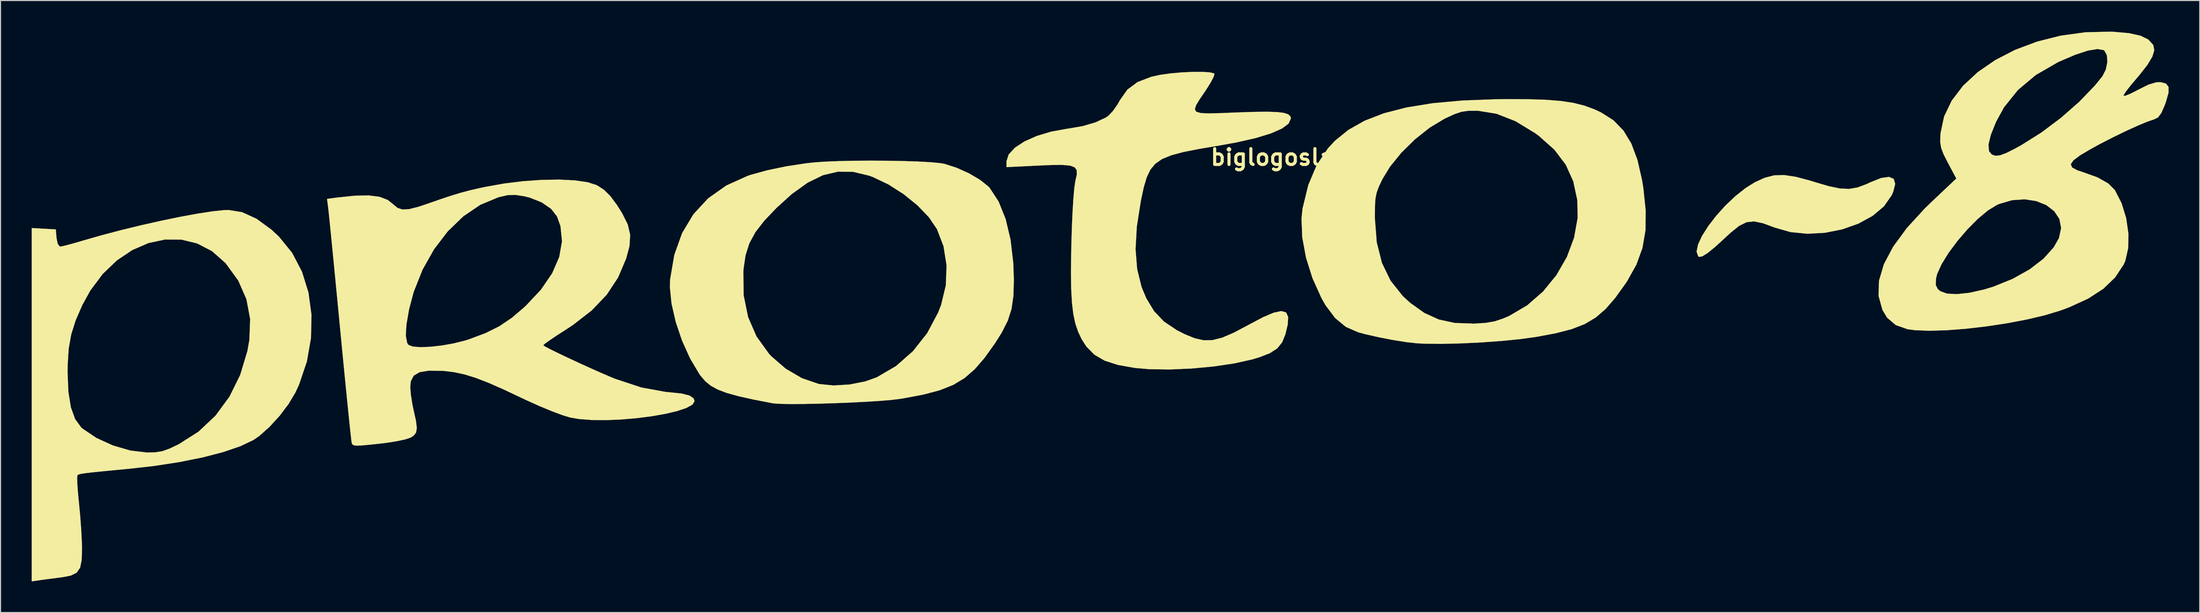
<source format=kicad_pcb>
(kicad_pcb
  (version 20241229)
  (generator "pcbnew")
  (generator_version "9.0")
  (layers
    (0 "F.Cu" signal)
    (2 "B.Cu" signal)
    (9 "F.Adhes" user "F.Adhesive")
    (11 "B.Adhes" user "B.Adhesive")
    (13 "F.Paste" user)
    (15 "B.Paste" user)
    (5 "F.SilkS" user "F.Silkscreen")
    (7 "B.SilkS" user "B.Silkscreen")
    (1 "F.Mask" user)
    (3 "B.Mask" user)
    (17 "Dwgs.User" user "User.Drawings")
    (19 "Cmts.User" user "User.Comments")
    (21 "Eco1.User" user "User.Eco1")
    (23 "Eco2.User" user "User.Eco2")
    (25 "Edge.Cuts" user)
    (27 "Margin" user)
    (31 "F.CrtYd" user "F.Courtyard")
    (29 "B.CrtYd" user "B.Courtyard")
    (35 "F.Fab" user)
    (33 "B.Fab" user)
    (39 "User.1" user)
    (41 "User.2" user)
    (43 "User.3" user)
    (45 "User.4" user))
  (footprint "biglogoslant"
    (layer "F.Cu")
    (at 120.6 12.12)
    (property "Reference" "biglogoslant" (at 0 0 0) (layer "F.SilkS") (effects (font (size 1.524 1.524) (thickness 0.3))))
    (attr through_hole)
    (fp_poly (pts (xy 49.284 1.882) (xy 50.673 2.253) (xy 51.123 2.393) (xy 52.477 2.791) (xy 53.54 3.01) (xy 54.422 3.049) (xy 55.236 2.908) (xy 56.092 2.589) (xy 56.466 2.413) (xy 57.506 1.997) (xy 58.262 1.89) (xy 58.717 2.083) (xy 58.858 2.566) (xy 58.669 3.33) (xy 58.519 3.668) (xy 57.77 4.736) (xy 56.678 5.653) (xy 55.318 6.397) (xy 53.769 6.946) (xy 52.109 7.279) (xy 50.415 7.375) (xy 48.764 7.212) (xy 47.249 6.775) (xy 46.131 6.362) (xy 45.268 6.182) (xy 44.538 6.26) (xy 43.823 6.618) (xy 43.001 7.282) (xy 42.551 7.698) (xy 41.54 8.625) (xy 40.79 9.238) (xy 40.273 9.557) (xy 39.959 9.604) (xy 39.896 9.563) (xy 39.732 9.106) (xy 39.867 8.427) (xy 40.255 7.585) (xy 40.854 6.638) (xy 41.619 5.644) (xy 42.505 4.66) (xy 43.469 3.745) (xy 44.467 2.956) (xy 45.339 2.412) (xy 46.287 1.977) (xy 47.193 1.743) (xy 48.158 1.712) (xy 49.284 1.882)) (stroke (width 0.01) (type solid)) (fill yes) (layer "F.SilkS"))
    (fp_poly (pts (xy 23.519 -5.6) (xy 25.244 -5.544) (xy 26.669 -5.43) (xy 27.865 -5.248) (xy 28.903 -4.989) (xy 29.853 -4.642) (xy 30.539 -4.324) (xy 31.722 -3.571) (xy 32.683 -2.587) (xy 33.447 -1.326) (xy 34.038 0.257) (xy 34.482 2.205) (xy 34.607 2.982) (xy 34.833 5.161) (xy 34.808 7.055) (xy 34.515 8.754) (xy 33.938 10.346) (xy 33.058 11.922) (xy 32.862 12.218) (xy 31.891 13.568) (xy 30.973 14.628) (xy 30.026 15.449) (xy 28.968 16.08) (xy 27.716 16.569) (xy 26.187 16.967) (xy 24.3 17.321) (xy 24.296 17.322) (xy 22.763 17.534) (xy 20.955 17.714) (xy 19.002 17.855) (xy 17.03 17.951) (xy 15.169 17.994) (xy 13.546 17.978) (xy 12.81 17.941) (xy 11.775 17.826) (xy 10.486 17.62) (xy 9.115 17.354) (xy 7.83 17.061) (xy 7.141 16.876) (xy 5.955 16.355) (xy 4.927 15.506) (xy 4.008 14.283) (xy 3.608 13.581) (xy 2.741 11.658) (xy 2.118 9.672) (xy 1.759 7.723) (xy 1.686 5.915) (xy 1.715 5.643) (xy 8.753 5.643) (xy 8.755 5.947) (xy 8.932 8.21) (xy 9.431 10.187) (xy 10.263 11.903) (xy 11.44 13.385) (xy 12.148 14.036) (xy 13.516 15.013) (xy 14.914 15.648) (xy 16.458 15.979) (xy 18.261 16.042) (xy 18.332 16.04) (xy 19.431 15.971) (xy 20.292 15.821) (xy 21.119 15.544) (xy 21.698 15.292) (xy 23.415 14.282) (xy 24.939 12.954) (xy 26.227 11.377) (xy 27.24 9.62) (xy 27.937 7.752) (xy 28.279 5.842) (xy 28.247 4.136) (xy 27.856 2.314) (xy 27.131 0.709) (xy 26.039 -0.732) (xy 24.548 -2.061) (xy 24.184 -2.328) (xy 22.296 -3.48) (xy 20.465 -4.199) (xy 18.681 -4.487) (xy 18.556 -4.491) (xy 17.747 -4.484) (xy 17.087 -4.388) (xy 16.404 -4.158) (xy 15.525 -3.752) (xy 15.447 -3.713) (xy 14.033 -2.861) (xy 12.613 -1.733) (xy 11.297 -0.436) (xy 10.194 0.924) (xy 9.473 2.115) (xy 9.141 2.816) (xy 8.928 3.384) (xy 8.81 3.954) (xy 8.76 4.662) (xy 8.753 5.643) (xy 1.715 5.643) (xy 1.79 4.928) (xy 2.34 2.673) (xy 3.15 0.751) (xy 4.237 -0.868) (xy 4.906 -1.592) (xy 6.2 -2.643) (xy 7.761 -3.525) (xy 9.613 -4.243) (xy 11.782 -4.803) (xy 14.292 -5.212) (xy 17.167 -5.475) (xy 20.432 -5.599) (xy 21.424 -5.609) (xy 23.519 -5.6)) (stroke (width 0.01) (type solid)) (fill yes) (layer "F.SilkS"))
    (fp_poly (pts (xy -100.335 5.294) (xy -98.95 5.928) (xy -97.523 6.968) (xy -96.791 7.648) (xy -95.519 9.215) (xy -94.568 11.035) (xy -93.944 13.049) (xy -93.653 15.2) (xy -93.701 17.43) (xy -94.095 19.682) (xy -94.84 21.896) (xy -95.198 22.679) (xy -95.86 23.793) (xy -96.735 24.948) (xy -97.717 26.021) (xy -98.696 26.889) (xy -99.259 27.274) (xy -100.515 27.87) (xy -102.156 28.431) (xy -104.128 28.943) (xy -106.374 29.395) (xy -108.838 29.773) (xy -111.208 30.04) (xy -112.795 30.19) (xy -113.997 30.308) (xy -114.87 30.399) (xy -115.468 30.471) (xy -115.847 30.53) (xy -116.063 30.584) (xy -116.169 30.639) (xy -116.194 30.663) (xy -116.222 30.929) (xy -116.202 31.541) (xy -116.138 32.404) (xy -116.045 33.351) (xy -115.926 34.604) (xy -115.829 35.923) (xy -115.768 37.115) (xy -115.752 37.713) (xy -115.783 38.828) (xy -115.936 39.586) (xy -116.269 40.065) (xy -116.839 40.346) (xy -117.702 40.508) (xy -117.755 40.515) (xy -118.62 40.624) (xy -119.456 40.735) (xy -119.767 40.779) (xy -120.595 40.9) (xy -120.595 20.762) (xy -117.143 20.762) (xy -117.064 22.633) (xy -116.824 24.12) (xy -116.416 25.249) (xy -115.831 26.052) (xy -115.709 26.162) (xy -114.371 27.065) (xy -112.778 27.793) (xy -111.097 28.283) (xy -109.519 28.471) (xy -108.699 28.455) (xy -108.032 28.348) (xy -107.342 28.106) (xy -106.454 27.682) (xy -106.427 27.667) (xy -104.535 26.464) (xy -102.902 24.925) (xy -101.555 23.09) (xy -100.521 20.998) (xy -99.826 18.689) (xy -99.633 17.598) (xy -99.56 15.597) (xy -99.917 13.693) (xy -100.698 11.903) (xy -101.898 10.244) (xy -101.952 10.184) (xy -103.233 9.053) (xy -104.657 8.31) (xy -106.181 7.94) (xy -107.76 7.932) (xy -109.351 8.271) (xy -110.91 8.946) (xy -112.393 9.943) (xy -113.755 11.249) (xy -114.953 12.851) (xy -115.721 14.246) (xy -116.366 15.732) (xy -116.793 17.085) (xy -117.037 18.47) (xy -117.136 20.055) (xy -117.143 20.762) (xy -120.595 20.762) (xy -120.595 6.824) (xy -118.276 6.957) (xy -118.207 7.786) (xy -118.093 8.347) (xy -117.896 8.608) (xy -117.86 8.614) (xy -117.532 8.553) (xy -116.898 8.39) (xy -116.073 8.156) (xy -115.719 8.051) (xy -113.936 7.538) (xy -112.029 7.034) (xy -110.071 6.557) (xy -108.135 6.121) (xy -106.295 5.741) (xy -104.622 5.433) (xy -103.19 5.213) (xy -102.073 5.095) (xy -101.654 5.08) (xy -100.335 5.294)) (stroke (width 0.01) (type solid)) (fill yes) (layer "F.SilkS"))
    (fp_poly (pts (xy -38.206 0.333) (xy -36.639 0.362) (xy -35.214 0.41) (xy -34.01 0.477) (xy -33.11 0.562) (xy -32.689 0.634) (xy -31.506 1.018) (xy -30.321 1.556) (xy -29.268 2.176) (xy -28.48 2.807) (xy -28.335 2.963) (xy -27.478 4.278) (xy -26.807 5.955) (xy -26.333 7.951) (xy -26.068 10.224) (xy -26.014 11.817) (xy -26.058 13.36) (xy -26.239 14.625) (xy -26.602 15.764) (xy -27.194 16.93) (xy -27.874 18.001) (xy -28.848 19.362) (xy -29.786 20.445) (xy -30.763 21.293) (xy -31.858 21.952) (xy -33.148 22.467) (xy -34.71 22.882) (xy -36.622 23.243) (xy -37.017 23.307) (xy -37.814 23.403) (xy -38.919 23.495) (xy -40.251 23.579) (xy -41.729 23.654) (xy -43.272 23.716) (xy -44.8 23.762) (xy -46.233 23.79) (xy -47.488 23.798) (xy -48.486 23.781) (xy -49.145 23.738) (xy -49.254 23.722) (xy -51.083 23.366) (xy -52.532 23.043) (xy -53.662 22.729) (xy -54.532 22.399) (xy -55.201 22.031) (xy -55.728 21.6) (xy -56.172 21.083) (xy -56.315 20.883) (xy -57.211 19.366) (xy -57.978 17.657) (xy -58.578 15.871) (xy -58.978 14.122) (xy -59.14 12.528) (xy -59.116 11.772) (xy -58.992 11.045) (xy -52.067 11.045) (xy -52.034 13.324) (xy -51.611 15.404) (xy -50.798 17.279) (xy -49.599 18.943) (xy -49.375 19.186) (xy -47.981 20.393) (xy -46.418 21.308) (xy -44.805 21.86) (xy -44.767 21.869) (xy -43.391 22.006) (xy -41.848 21.915) (xy -40.333 21.617) (xy -39.228 21.226) (xy -37.367 20.138) (xy -35.728 18.696) (xy -34.356 16.952) (xy -33.298 14.957) (xy -33.022 14.244) (xy -32.568 12.361) (xy -32.492 10.437) (xy -32.79 8.571) (xy -33.422 6.925) (xy -34.195 5.786) (xy -35.299 4.636) (xy -36.635 3.552) (xy -38.101 2.614) (xy -39.599 1.901) (xy -39.977 1.764) (xy -41.495 1.403) (xy -42.953 1.385) (xy -44.395 1.726) (xy -45.861 2.44) (xy -47.396 3.542) (xy -48.86 4.869) (xy -50.044 6.111) (xy -50.904 7.221) (xy -51.489 8.3) (xy -51.853 9.445) (xy -52.045 10.757) (xy -52.067 11.045) (xy -58.992 11.045) (xy -58.712 9.409) (xy -57.963 7.313) (xy -56.874 5.493) (xy -55.456 3.96) (xy -53.714 2.724) (xy -51.658 1.795) (xy -51.352 1.692) (xy -49.762 1.253) (xy -47.923 0.87) (xy -46.028 0.58) (xy -45.357 0.505) (xy -44.286 0.425) (xy -42.955 0.369) (xy -41.444 0.336) (xy -39.835 0.324) (xy -38.206 0.333)) (stroke (width 0.01) (type solid)) (fill yes) (layer "F.SilkS"))
    (fp_poly (pts (xy -7.168 -8.194) (xy -6.756 -8.098) (xy -6.697 -8.042) (xy -6.775 -7.758) (xy -7.056 -7.22) (xy -7.485 -6.531) (xy -7.613 -6.34) (xy -8.129 -5.583) (xy -8.466 -5.024) (xy -8.586 -4.637) (xy -8.452 -4.394) (xy -8.024 -4.268) (xy -7.266 -4.232) (xy -6.138 -4.259) (xy -4.77 -4.315) (xy -3.035 -4.376) (xy -1.695 -4.394) (xy -0.705 -4.365) (xy -0.019 -4.284) (xy 0.406 -4.145) (xy 0.618 -3.945) (xy 0.663 -3.742) (xy 0.444 -3.251) (xy -0.201 -2.77) (xy -1.258 -2.304) (xy -2.712 -1.859) (xy -4.548 -1.439) (xy -6.305 -1.123) (xy -8.191 -0.804) (xy -9.692 -0.507) (xy -10.858 -0.195) (xy -11.743 0.17) (xy -12.398 0.624) (xy -12.875 1.205) (xy -13.226 1.948) (xy -13.504 2.892) (xy -13.759 4.072) (xy -13.781 4.181) (xy -14.173 6.669) (xy -14.295 8.854) (xy -14.143 10.785) (xy -13.716 12.509) (xy -13.261 13.599) (xy -12.505 14.849) (xy -11.556 15.844) (xy -10.316 16.678) (xy -9.551 17.066) (xy -8.596 17.455) (xy -7.737 17.649) (xy -6.884 17.633) (xy -5.949 17.394) (xy -4.843 16.92) (xy -3.475 16.196) (xy -3.388 16.147) (xy -2.025 15.426) (xy -0.986 14.985) (xy -0.25 14.83) (xy 0.205 14.967) (xy 0.401 15.4) (xy 0.359 16.137) (xy 0.133 17.074) (xy -0.177 17.842) (xy -0.649 18.428) (xy -1.361 18.892) (xy -2.393 19.294) (xy -3.092 19.501) (xy -4.798 19.88) (xy -6.78 20.174) (xy -8.894 20.372) (xy -10.996 20.463) (xy -12.942 20.437) (xy -14.357 20.317) (xy -16.001 20.025) (xy -17.281 19.61) (xy -18.268 19.032) (xy -19.031 18.256) (xy -19.481 17.552) (xy -19.825 16.83) (xy -20.092 16.041) (xy -20.288 15.126) (xy -20.419 14.027) (xy -20.493 12.683) (xy -20.514 11.037) (xy -20.49 9.028) (xy -20.474 8.289) (xy -20.423 6.645) (xy -20.355 5.157) (xy -20.275 3.892) (xy -20.188 2.918) (xy -20.097 2.305) (xy -20.079 2.231) (xy -19.949 1.659) (xy -19.96 1.244) (xy -20.163 0.965) (xy -20.609 0.802) (xy -21.348 0.736) (xy -22.433 0.745) (xy -23.685 0.799) (xy -26.725 0.949) (xy -26.725 0.39) (xy -26.514 -0.271) (xy -25.922 -0.919) (xy -25.006 -1.522) (xy -23.827 -2.05) (xy -22.445 -2.469) (xy -20.918 -2.75) (xy -20.762 -2.769) (xy -19.379 -3.008) (xy -18.144 -3.372) (xy -17.178 -3.822) (xy -16.902 -4.011) (xy -16.467 -4.474) (xy -16.002 -5.148) (xy -15.786 -5.533) (xy -15.083 -6.527) (xy -14.089 -7.263) (xy -12.762 -7.769) (xy -11.908 -7.954) (xy -10.916 -8.092) (xy -9.852 -8.187) (xy -8.809 -8.236) (xy -7.883 -8.239) (xy -7.168 -8.194)) (stroke (width 0.01) (type solid)) (fill yes) (layer "F.SilkS"))
    (fp_poly (pts (xy 79.896 -12.102) (xy 81.378 -11.97) (xy 82.474 -11.728) (xy 83.23 -11.36) (xy 83.694 -10.851) (xy 83.712 -10.818) (xy 83.808 -10.332) (xy 83.622 -9.705) (xy 83.135 -8.897) (xy 82.327 -7.867) (xy 82.054 -7.55) (xy 81.496 -6.885) (xy 81.073 -6.335) (xy 80.854 -5.991) (xy 80.838 -5.939) (xy 81.013 -5.932) (xy 81.474 -6.114) (xy 82.131 -6.445) (xy 82.266 -6.519) (xy 83.258 -7.012) (xy 84.011 -7.235) (xy 84.419 -7.248) (xy 84.932 -7.112) (xy 85.182 -6.789) (xy 85.179 -6.222) (xy 84.934 -5.352) (xy 84.817 -5.028) (xy 84.489 -4.271) (xy 84.169 -3.847) (xy 83.788 -3.656) (xy 83.147 -3.44) (xy 82.218 -3.053) (xy 81.094 -2.541) (xy 79.873 -1.949) (xy 78.651 -1.322) (xy 77.683 -0.795) (xy 76.65 -0.18) (xy 76.015 0.298) (xy 75.767 0.673) (xy 75.896 0.98) (xy 76.391 1.251) (xy 77.001 1.453) (xy 78.355 1.944) (xy 79.377 2.523) (xy 80.013 3.158) (xy 80.013 3.159) (xy 80.663 4.436) (xy 81.103 5.875) (xy 81.318 7.359) (xy 81.294 8.768) (xy 81.017 9.987) (xy 80.864 10.335) (xy 80.037 11.587) (xy 78.909 12.676) (xy 77.438 13.63) (xy 75.586 14.477) (xy 74.774 14.778) (xy 73.274 15.233) (xy 71.526 15.647) (xy 69.616 16.009) (xy 67.634 16.31) (xy 65.667 16.537) (xy 63.804 16.681) (xy 62.133 16.73) (xy 60.741 16.674) (xy 60.04 16.578) (xy 58.911 16.181) (xy 58.081 15.472) (xy 57.633 14.726) (xy 57.255 13.365) (xy 57.287 12.315) (xy 62.765 12.315) (xy 62.954 12.7) (xy 63.199 12.909) (xy 63.846 13.148) (xy 64.812 13.197) (xy 66.023 13.065) (xy 67.402 12.756) (xy 68.327 12.473) (xy 70.18 11.721) (xy 71.801 10.812) (xy 73.135 9.786) (xy 74.126 8.685) (xy 74.631 7.789) (xy 74.839 6.817) (xy 74.669 5.944) (xy 74.176 5.2) (xy 73.418 4.617) (xy 72.453 4.224) (xy 71.337 4.053) (xy 70.128 4.133) (xy 68.883 4.496) (xy 68.653 4.596) (xy 67.779 5.133) (xy 66.809 5.946) (xy 65.81 6.953) (xy 64.851 8.071) (xy 64 9.217) (xy 63.326 10.308) (xy 62.896 11.262) (xy 62.787 11.71) (xy 62.765 12.315) (xy 57.287 12.315) (xy 57.301 11.892) (xy 57.77 10.31) (xy 58.661 8.623) (xy 59.971 6.833) (xy 61.701 4.943) (xy 62.402 4.262) (xy 64.743 2.048) (xy 63.933 0.527) (xy 63.516 -0.294) (xy 63.284 -0.902) (xy 63.235 -1.218) (xy 67.839 -1.218) (xy 67.895 -0.579) (xy 68.17 -0.261) (xy 68.511 -0.147) (xy 68.94 -0.186) (xy 69.534 -0.403) (xy 70.372 -0.823) (xy 71.002 -1.171) (xy 72.922 -2.377) (xy 74.819 -3.802) (xy 76.58 -5.349) (xy 78.094 -6.925) (xy 78.815 -7.815) (xy 79.142 -8.459) (xy 79.288 -9.184) (xy 79.246 -9.842) (xy 79.009 -10.286) (xy 78.937 -10.337) (xy 78.341 -10.443) (xy 77.419 -10.292) (xy 76.196 -9.89) (xy 74.702 -9.247) (xy 74.483 -9.143) (xy 72.397 -7.936) (xy 70.683 -6.497) (xy 69.336 -4.819) (xy 68.576 -3.43) (xy 68.066 -2.163) (xy 67.839 -1.218) (xy 63.235 -1.218) (xy 63.197 -1.463) (xy 63.213 -2.142) (xy 63.227 -2.326) (xy 63.568 -3.936) (xy 64.306 -5.471) (xy 65.401 -6.905) (xy 66.811 -8.215) (xy 68.496 -9.376) (xy 70.414 -10.365) (xy 72.524 -11.158) (xy 74.786 -11.729) (xy 77.158 -12.056) (xy 79.598 -12.115) (xy 79.896 -12.102)) (stroke (width 0.01) (type solid)) (fill yes) (layer "F.SilkS"))
    (fp_poly (pts (xy -68.289 2.227) (xy -67.065 2.405) (xy -66.189 2.686) (xy -66.15 2.705) (xy -65.488 3.135) (xy -64.876 3.738) (xy -64.235 4.604) (xy -63.736 5.398) (xy -63.196 6.478) (xy -62.965 7.484) (xy -63.03 8.561) (xy -63.349 9.761) (xy -64.131 11.599) (xy -65.218 13.248) (xy -66.651 14.755) (xy -68.471 16.169) (xy -69.141 16.61) (xy -69.999 17.163) (xy -70.7 17.635) (xy -71.171 17.973) (xy -71.339 18.127) (xy -71.15 18.255) (xy -70.633 18.527) (xy -69.863 18.906) (xy -68.915 19.358) (xy -67.867 19.846) (xy -66.792 20.335) (xy -65.767 20.791) (xy -64.868 21.178) (xy -64.383 21.376) (xy -61.885 22.202) (xy -59.538 22.631) (xy -59.125 22.667) (xy -57.979 22.791) (xy -57.232 22.985) (xy -56.844 23.262) (xy -56.763 23.527) (xy -56.973 23.86) (xy -57.559 24.18) (xy -58.455 24.479) (xy -59.595 24.748) (xy -60.913 24.978) (xy -62.344 25.16) (xy -63.822 25.287) (xy -65.28 25.349) (xy -66.654 25.338) (xy -67.876 25.245) (xy -68.752 25.095) (xy -69.491 24.869) (xy -70.509 24.488) (xy -71.69 23.998) (xy -72.92 23.446) (xy -73.39 23.223) (xy -75.165 22.384) (xy -76.63 21.74) (xy -77.859 21.266) (xy -78.927 20.936) (xy -79.905 20.726) (xy -80.868 20.61) (xy -81.075 20.595) (xy -82.344 20.577) (xy -83.24 20.723) (xy -83.807 21.058) (xy -84.09 21.603) (xy -84.143 22.148) (xy -84.084 22.896) (xy -83.94 23.819) (xy -83.816 24.406) (xy -83.591 25.424) (xy -83.511 26.112) (xy -83.585 26.56) (xy -83.824 26.858) (xy -84.107 27.034) (xy -84.597 27.199) (xy -85.391 27.373) (xy -86.356 27.529) (xy -86.86 27.592) (xy -88.013 27.717) (xy -88.802 27.791) (xy -89.3 27.81) (xy -89.58 27.776) (xy -89.716 27.685) (xy -89.777 27.553) (xy -89.816 27.284) (xy -89.891 26.619) (xy -89.999 25.602) (xy -90.135 24.277) (xy -90.295 22.687) (xy -90.474 20.877) (xy -90.668 18.891) (xy -90.829 17.219) (xy -84.572 17.219) (xy -84.439 17.905) (xy -84.317 18.09) (xy -83.909 18.254) (xy -83.171 18.313) (xy -82.199 18.275) (xy -81.089 18.149) (xy -79.939 17.944) (xy -78.843 17.668) (xy -78.497 17.559) (xy -76.89 16.957) (xy -75.566 16.298) (xy -74.367 15.489) (xy -73.135 14.437) (xy -73.016 14.326) (xy -71.547 12.757) (xy -70.471 11.179) (xy -69.795 9.617) (xy -69.527 8.094) (xy -69.675 6.633) (xy -70.015 5.695) (xy -70.576 4.973) (xy -71.479 4.351) (xy -72.624 3.891) (xy -73.163 3.758) (xy -74.034 3.625) (xy -74.756 3.648) (xy -75.593 3.84) (xy -75.685 3.867) (xy -77.406 4.587) (xy -79.035 5.696) (xy -80.53 7.142) (xy -81.852 8.873) (xy -82.96 10.841) (xy -83.815 12.993) (xy -84.262 14.688) (xy -84.513 16.149) (xy -84.572 17.219) (xy -90.829 17.219) (xy -90.872 16.772) (xy -90.882 16.676) (xy -91.089 14.52) (xy -91.287 12.468) (xy -91.471 10.569) (xy -91.638 8.869) (xy -91.781 7.419) (xy -91.897 6.265) (xy -91.98 5.455) (xy -92.025 5.042) (xy -92.155 4.011) (xy -91.19 3.883) (xy -89.479 3.704) (xy -88.131 3.678) (xy -87.093 3.812) (xy -86.313 4.113) (xy -85.78 4.537) (xy -85.37 4.882) (xy -84.892 5.037) (xy -84.258 5.003) (xy -83.378 4.779) (xy -82.571 4.51) (xy -81.222 4.041) (xy -80.166 3.69) (xy -79.285 3.422) (xy -78.456 3.202) (xy -77.559 2.993) (xy -76.922 2.856) (xy -75.117 2.532) (xy -73.274 2.306) (xy -71.471 2.179) (xy -69.783 2.152) (xy -68.289 2.227)) (stroke (width 0.01) (type solid)) (fill yes) (layer "F.SilkS")))
  (gr_rect
    (start -3 -3)
    (end 208.786 56.024)
    (stroke (width 0.1) (type default))
    (fill no)
    (layer "Edge.Cuts")))
</source>
